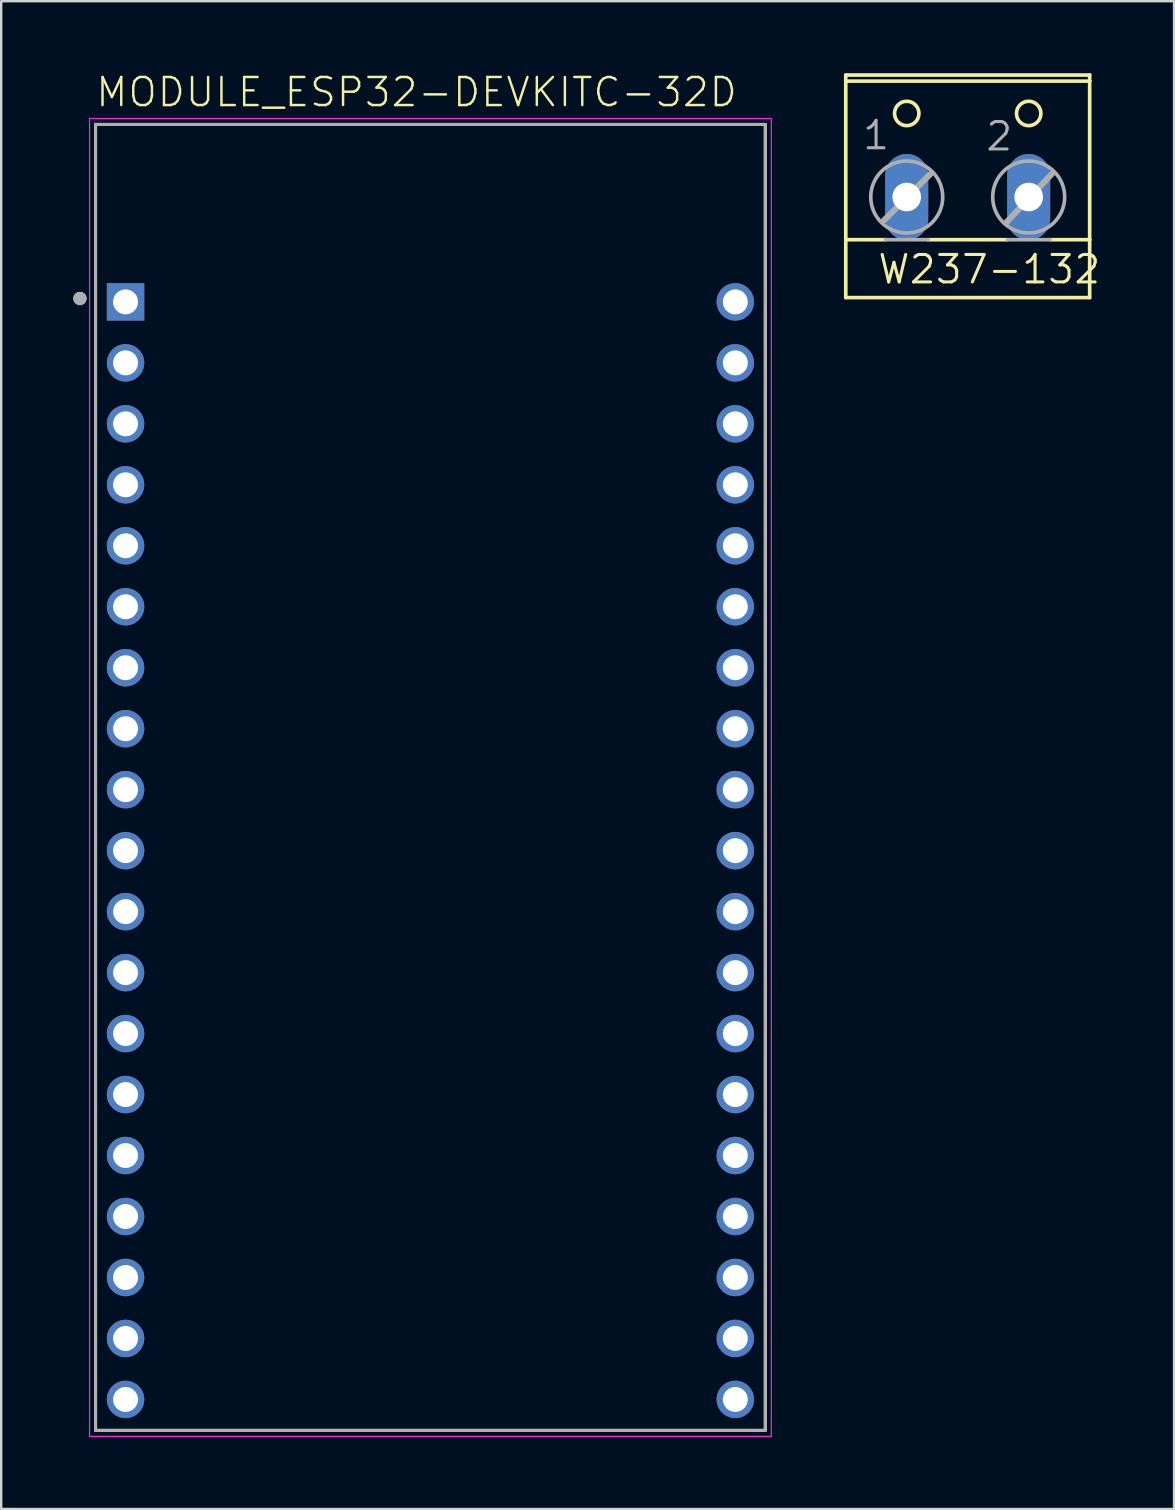
<source format=kicad_pcb>
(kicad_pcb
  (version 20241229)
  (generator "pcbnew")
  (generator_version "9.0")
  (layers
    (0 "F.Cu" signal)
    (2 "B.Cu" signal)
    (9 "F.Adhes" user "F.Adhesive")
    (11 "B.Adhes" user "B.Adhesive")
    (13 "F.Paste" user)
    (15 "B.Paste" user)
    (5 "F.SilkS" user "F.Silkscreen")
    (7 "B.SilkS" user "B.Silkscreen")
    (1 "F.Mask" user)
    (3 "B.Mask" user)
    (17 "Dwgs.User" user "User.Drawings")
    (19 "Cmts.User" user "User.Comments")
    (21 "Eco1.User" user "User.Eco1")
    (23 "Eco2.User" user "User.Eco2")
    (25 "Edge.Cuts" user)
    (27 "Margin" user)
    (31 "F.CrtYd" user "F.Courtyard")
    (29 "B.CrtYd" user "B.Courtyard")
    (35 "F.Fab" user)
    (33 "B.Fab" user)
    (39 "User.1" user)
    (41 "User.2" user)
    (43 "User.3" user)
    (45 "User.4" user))
  (footprint "MODULE_ESP32-DEVKITC-32D"
    (layer "F.Cu")
    (at 14.88 29.285)
    (property "Reference" "MODULE_ESP32-DEVKITC-32D" (at -14.005 -27.811 0) (layer "F.SilkS") (effects (font (size 1.169 1.169) (thickness 0.102)) (justify left bottom)))
    (fp_line (start -13.95 -27.15) (end 13.95 -27.15) (stroke (width 0.127) (type solid)) (layer "F.SilkS"))
    (fp_line (start -13.95 27.25) (end -13.95 -27.15) (stroke (width 0.127) (type solid)) (layer "F.SilkS"))
    (fp_line (start 13.95 -27.15) (end 13.95 27.25) (stroke (width 0.127) (type solid)) (layer "F.SilkS"))
    (fp_line (start 13.95 27.25) (end -13.95 27.25) (stroke (width 0.127) (type solid)) (layer "F.SilkS"))
    (fp_line (start -14.2 -27.4) (end 14.2 -27.4) (stroke (width 0.05) (type solid)) (layer "F.CrtYd"))
    (fp_line (start -14.2 27.5) (end -14.2 -27.4) (stroke (width 0.05) (type solid)) (layer "F.CrtYd"))
    (fp_line (start 14.2 -27.4) (end 14.2 27.5) (stroke (width 0.05) (type solid)) (layer "F.CrtYd"))
    (fp_line (start 14.2 27.5) (end -14.2 27.5) (stroke (width 0.05) (type solid)) (layer "F.CrtYd"))
    (fp_line (start -13.95 -27.15) (end 13.95 -27.15) (stroke (width 0.127) (type solid)) (layer "F.Fab"))
    (fp_line (start -13.95 27.25) (end -13.95 -27.15) (stroke (width 0.127) (type solid)) (layer "F.Fab"))
    (fp_line (start 13.95 -27.15) (end 13.95 27.25) (stroke (width 0.127) (type solid)) (layer "F.Fab"))
    (fp_line (start 13.95 27.25) (end -13.95 27.25) (stroke (width 0.127) (type solid)) (layer "F.Fab"))
    (fp_circle (center -14.6 -19.9) (end -14.46 -19.9) (stroke (width 0.28) (type solid)) (fill no) (layer "F.Fab"))
    (fp_circle (center -14.6 -19.9) (end -14.46 -19.9) (stroke (width 0.28) (type solid)) (fill no) (layer "F.Fab"))
    (pad "1" thru_hole rect (at -12.7 -19.76) (size 1.56 1.56) (drill 1.04) (layers "*.Cu" "*.Mask"))
    (pad "2" thru_hole circle (at -12.7 -17.22) (size 1.56 1.56) (drill 1.04) (layers "*.Cu" "*.Mask"))
    (pad "3" thru_hole circle (at -12.7 -14.68) (size 1.56 1.56) (drill 1.04) (layers "*.Cu" "*.Mask"))
    (pad "4" thru_hole circle (at -12.7 -12.14) (size 1.56 1.56) (drill 1.04) (layers "*.Cu" "*.Mask"))
    (pad "5" thru_hole circle (at -12.7 -9.6) (size 1.56 1.56) (drill 1.04) (layers "*.Cu" "*.Mask"))
    (pad "6" thru_hole circle (at -12.7 -7.06) (size 1.56 1.56) (drill 1.04) (layers "*.Cu" "*.Mask"))
    (pad "7" thru_hole circle (at -12.7 -4.52) (size 1.56 1.56) (drill 1.04) (layers "*.Cu" "*.Mask"))
    (pad "8" thru_hole circle (at -12.7 -1.98) (size 1.56 1.56) (drill 1.04) (layers "*.Cu" "*.Mask"))
    (pad "9" thru_hole circle (at -12.7 0.56) (size 1.56 1.56) (drill 1.04) (layers "*.Cu" "*.Mask"))
    (pad "10" thru_hole circle (at -12.7 3.1) (size 1.56 1.56) (drill 1.04) (layers "*.Cu" "*.Mask"))
    (pad "11" thru_hole circle (at -12.7 5.64) (size 1.56 1.56) (drill 1.04) (layers "*.Cu" "*.Mask"))
    (pad "12" thru_hole circle (at -12.7 8.18) (size 1.56 1.56) (drill 1.04) (layers "*.Cu" "*.Mask"))
    (pad "13" thru_hole circle (at -12.7 10.72) (size 1.56 1.56) (drill 1.04) (layers "*.Cu" "*.Mask"))
    (pad "14" thru_hole circle (at -12.7 13.26) (size 1.56 1.56) (drill 1.04) (layers "*.Cu" "*.Mask"))
    (pad "15" thru_hole circle (at -12.7 15.8) (size 1.56 1.56) (drill 1.04) (layers "*.Cu" "*.Mask"))
    (pad "16" thru_hole circle (at -12.7 18.34) (size 1.56 1.56) (drill 1.04) (layers "*.Cu" "*.Mask"))
    (pad "17" thru_hole circle (at -12.7 20.88) (size 1.56 1.56) (drill 1.04) (layers "*.Cu" "*.Mask"))
    (pad "18" thru_hole circle (at -12.7 23.42) (size 1.56 1.56) (drill 1.04) (layers "*.Cu" "*.Mask"))
    (pad "19" thru_hole circle (at -12.7 25.96) (size 1.56 1.56) (drill 1.04) (layers "*.Cu" "*.Mask"))
    (pad "20" thru_hole circle (at 12.7 -19.76) (size 1.56 1.56) (drill 1.04) (layers "*.Cu" "*.Mask"))
    (pad "21" thru_hole circle (at 12.7 -17.22) (size 1.56 1.56) (drill 1.04) (layers "*.Cu" "*.Mask"))
    (pad "22" thru_hole circle (at 12.7 -14.68) (size 1.56 1.56) (drill 1.04) (layers "*.Cu" "*.Mask"))
    (pad "23" thru_hole circle (at 12.7 -12.14) (size 1.56 1.56) (drill 1.04) (layers "*.Cu" "*.Mask"))
    (pad "24" thru_hole circle (at 12.7 -9.6) (size 1.56 1.56) (drill 1.04) (layers "*.Cu" "*.Mask"))
    (pad "25" thru_hole circle (at 12.7 -7.06) (size 1.56 1.56) (drill 1.04) (layers "*.Cu" "*.Mask"))
    (pad "26" thru_hole circle (at 12.7 -4.52) (size 1.56 1.56) (drill 1.04) (layers "*.Cu" "*.Mask"))
    (pad "27" thru_hole circle (at 12.7 -1.98) (size 1.56 1.56) (drill 1.04) (layers "*.Cu" "*.Mask"))
    (pad "28" thru_hole circle (at 12.7 0.56) (size 1.56 1.56) (drill 1.04) (layers "*.Cu" "*.Mask"))
    (pad "29" thru_hole circle (at 12.7 3.1) (size 1.56 1.56) (drill 1.04) (layers "*.Cu" "*.Mask"))
    (pad "30" thru_hole circle (at 12.7 5.64) (size 1.56 1.56) (drill 1.04) (layers "*.Cu" "*.Mask"))
    (pad "31" thru_hole circle (at 12.7 8.18) (size 1.56 1.56) (drill 1.04) (layers "*.Cu" "*.Mask"))
    (pad "32" thru_hole circle (at 12.7 10.72) (size 1.56 1.56) (drill 1.04) (layers "*.Cu" "*.Mask"))
    (pad "33" thru_hole circle (at 12.7 13.26) (size 1.56 1.56) (drill 1.04) (layers "*.Cu" "*.Mask"))
    (pad "34" thru_hole circle (at 12.7 15.8) (size 1.56 1.56) (drill 1.04) (layers "*.Cu" "*.Mask"))
    (pad "35" thru_hole circle (at 12.7 18.34) (size 1.56 1.56) (drill 1.04) (layers "*.Cu" "*.Mask"))
    (pad "36" thru_hole circle (at 12.7 20.88) (size 1.56 1.56) (drill 1.04) (layers "*.Cu" "*.Mask"))
    (pad "37" thru_hole circle (at 12.7 23.42) (size 1.56 1.56) (drill 1.04) (layers "*.Cu" "*.Mask"))
    (pad "38" thru_hole circle (at 12.7 25.96) (size 1.56 1.56) (drill 1.04) (layers "*.Cu" "*.Mask")))
  (footprint "W237-132"
    (layer "F.Cu")
    (at 37.261 4.521)
    (property "Reference" "W237-132" (at -3.81 4.318 0) (layer "F.SilkS") (effects (font (size 1.143 1.143) (thickness 0.127)) (justify left bottom)))
    (fp_line (start -5.08 -4.445) (end 5.08 -4.445) (stroke (width 0.152) (type solid)) (layer "F.SilkS"))
    (fp_line (start -5.08 -4.191) (end -5.08 -4.445) (stroke (width 0.152) (type solid)) (layer "F.SilkS"))
    (fp_line (start -5.08 -4.191) (end -5.08 2.413) (stroke (width 0.152) (type solid)) (layer "F.SilkS"))
    (fp_line (start -5.08 -4.191) (end 5.08 -4.191) (stroke (width 0.152) (type solid)) (layer "F.SilkS"))
    (fp_line (start -5.08 2.413) (end -5.08 4.826) (stroke (width 0.152) (type solid)) (layer "F.SilkS"))
    (fp_line (start -5.08 2.413) (end -3.429 2.413) (stroke (width 0.152) (type solid)) (layer "F.SilkS"))
    (fp_line (start -1.651 2.413) (end 1.651 2.413) (stroke (width 0.152) (type solid)) (layer "F.SilkS"))
    (fp_line (start 3.429 2.413) (end 5.08 2.413) (stroke (width 0.152) (type solid)) (layer "F.SilkS"))
    (fp_line (start 5.08 -4.191) (end 5.08 -4.445) (stroke (width 0.152) (type solid)) (layer "F.SilkS"))
    (fp_line (start 5.08 2.413) (end 5.08 -4.191) (stroke (width 0.152) (type solid)) (layer "F.SilkS"))
    (fp_line (start 5.08 4.826) (end -5.08 4.826) (stroke (width 0.152) (type solid)) (layer "F.SilkS"))
    (fp_line (start 5.08 4.826) (end 5.08 2.413) (stroke (width 0.152) (type solid)) (layer "F.SilkS"))
    (fp_circle (center -2.54 -2.845) (end -2.032 -2.845) (stroke (width 0.152) (type solid)) (fill no) (layer "F.SilkS"))
    (fp_circle (center 2.54 -2.845) (end 3.048 -2.845) (stroke (width 0.152) (type solid)) (fill no) (layer "F.SilkS"))
    (fp_line (start -3.531 1.651) (end -1.524 -0.356) (stroke (width 0.254) (type solid)) (layer "F.Fab"))
    (fp_line (start -3.429 2.413) (end -1.651 2.413) (stroke (width 0.152) (type solid)) (layer "F.Fab"))
    (fp_line (start 1.626 1.676) (end 3.531 -0.356) (stroke (width 0.254) (type solid)) (layer "F.Fab"))
    (fp_line (start 1.651 2.413) (end 3.429 2.413) (stroke (width 0.152) (type solid)) (layer "F.Fab"))
    (fp_circle (center -2.54 0.635) (end -1.041 0.635) (stroke (width 0.152) (type solid)) (fill no) (layer "F.Fab"))
    (fp_circle (center 2.54 0.635) (end 4.039 0.635) (stroke (width 0.152) (type solid)) (fill no) (layer "F.Fab"))
    (fp_text user "2" (at 0.686 -1.219 0) (layer "F.Fab") (effects (font (size 1.143 1.143) (thickness 0.127)) (justify left bottom)))
    (fp_text user "1" (at -4.445 -1.27 0) (layer "F.Fab") (effects (font (size 1.143 1.143) (thickness 0.127)) (justify left bottom)))
    (pad "1" thru_hole oval (at -2.54 0.635 90) (size 3.581 1.791) (drill 1.194) (layers "*.Cu" "*.Mask"))
    (pad "2" thru_hole oval (at 2.54 0.635 90) (size 3.581 1.791) (drill 1.194) (layers "*.Cu" "*.Mask")))
  (gr_rect
    (start -3 -3)
    (end 45.856 59.81)
    (stroke (width 0.1) (type default))
    (fill no)
    (layer "Edge.Cuts")))
</source>
